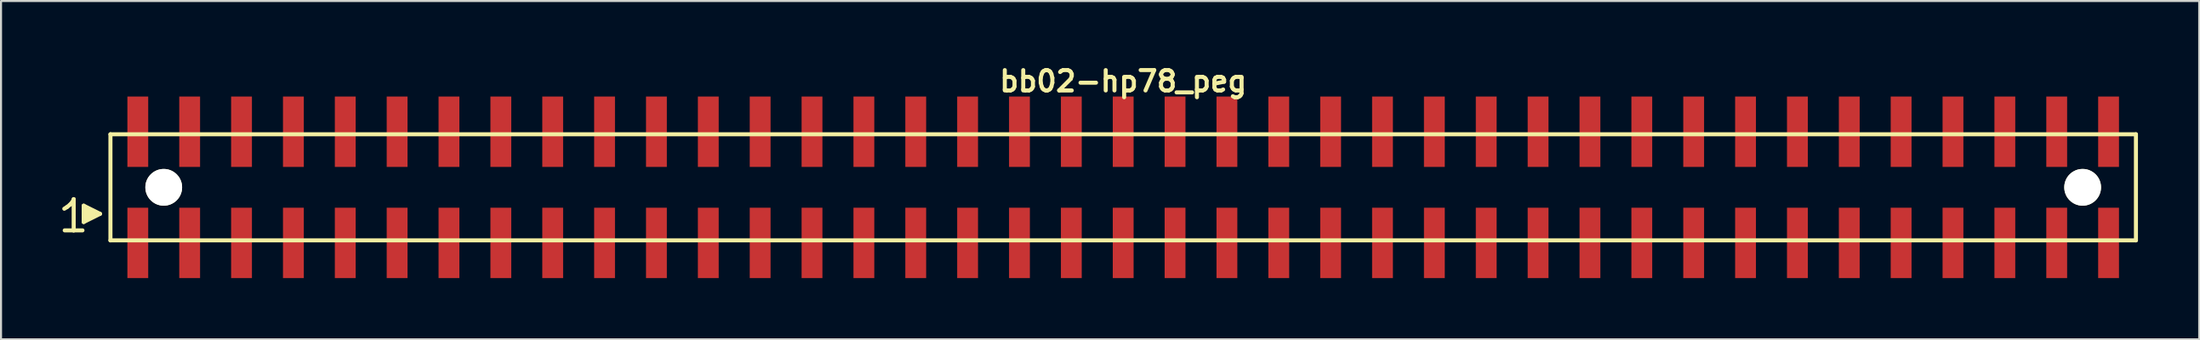
<source format=kicad_pcb>
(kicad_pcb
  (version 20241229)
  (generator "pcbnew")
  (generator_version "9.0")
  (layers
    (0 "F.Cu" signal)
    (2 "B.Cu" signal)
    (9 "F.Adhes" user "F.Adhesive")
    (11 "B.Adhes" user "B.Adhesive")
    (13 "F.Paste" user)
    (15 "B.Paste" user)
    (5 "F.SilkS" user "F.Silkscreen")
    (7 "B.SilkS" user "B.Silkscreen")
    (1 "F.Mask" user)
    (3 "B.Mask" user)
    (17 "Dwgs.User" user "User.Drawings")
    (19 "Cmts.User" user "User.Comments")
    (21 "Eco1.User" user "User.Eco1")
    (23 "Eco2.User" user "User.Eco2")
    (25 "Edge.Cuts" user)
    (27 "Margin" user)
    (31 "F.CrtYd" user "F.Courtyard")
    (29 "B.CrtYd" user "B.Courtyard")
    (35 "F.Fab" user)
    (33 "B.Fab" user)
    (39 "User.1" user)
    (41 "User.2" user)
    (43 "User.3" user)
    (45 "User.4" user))
  (footprint "bb02-hp78_peg"
    (layer "F.Cu")
    (at 51.959 6.132)
    (property "Reference" "bb02-hp78_peg" (at 0 -5.2 0) (layer "F.SilkS") (effects (font (size 0.998 0.998) (thickness 0.198))))
    (attr smd)
    (fp_line (start -51.86 1.05) (end -51.73 0.97) (stroke (width 0.198) (type solid)) (layer "F.SilkS"))
    (fp_line (start -51.73 0.97) (end -51.57 0.84) (stroke (width 0.198) (type solid)) (layer "F.SilkS"))
    (fp_line (start -51.57 0.84) (end -51.43 0.67) (stroke (width 0.198) (type solid)) (layer "F.SilkS"))
    (fp_line (start -51.43 0.67) (end -51.4 0.58) (stroke (width 0.198) (type solid)) (layer "F.SilkS"))
    (fp_line (start -51.4 0.58) (end -51.4 2.11) (stroke (width 0.198) (type solid)) (layer "F.SilkS"))
    (fp_line (start -51.4 2.11) (end -51.84 2.11) (stroke (width 0.198) (type solid)) (layer "F.SilkS"))
    (fp_line (start -50.97 2.11) (end -51.41 2.11) (stroke (width 0.198) (type solid)) (layer "F.SilkS"))
    (fp_line (start -50.91 0.9) (end -50.11 1.3) (stroke (width 0.198) (type solid)) (layer "F.SilkS"))
    (fp_line (start -50.91 1.7) (end -50.91 0.9) (stroke (width 0.198) (type solid)) (layer "F.SilkS"))
    (fp_line (start -50.81 1.6) (end -50.81 1) (stroke (width 0.198) (type solid)) (layer "F.SilkS"))
    (fp_line (start -50.71 1.1) (end -50.71 1.5) (stroke (width 0.198) (type solid)) (layer "F.SilkS"))
    (fp_line (start -50.61 1.5) (end -50.61 1.1) (stroke (width 0.198) (type solid)) (layer "F.SilkS"))
    (fp_line (start -50.51 1.2) (end -50.51 1.4) (stroke (width 0.198) (type solid)) (layer "F.SilkS"))
    (fp_line (start -50.41 1.4) (end -50.41 1.2) (stroke (width 0.198) (type solid)) (layer "F.SilkS"))
    (fp_line (start -50.11 1.3) (end -50.91 1.7) (stroke (width 0.198) (type solid)) (layer "F.SilkS"))
    (fp_line (start -49.6 -2.6) (end -49.6 2.6) (stroke (width 0.198) (type solid)) (layer "F.SilkS"))
    (fp_line (start -49.6 -2.6) (end 49.6 -2.6) (stroke (width 0.198) (type solid)) (layer "F.SilkS"))
    (fp_line (start 49.6 2.6) (end -49.6 2.6) (stroke (width 0.198) (type solid)) (layer "F.SilkS"))
    (fp_line (start 49.6 2.6) (end 49.6 -2.6) (stroke (width 0.198) (type solid)) (layer "F.SilkS"))
    (pad "" np_thru_hole circle (at -46.99 0) (size 1.8 1.8) (drill 1.8) (layers "*.Cu" "*.Mask" "F.SilkS"))
    (pad "" np_thru_hole circle (at 46.99 0) (size 1.8 1.8) (drill 1.8) (layers "*.Cu" "*.Mask" "F.SilkS"))
    (pad "1" smd rect (at -48.26 2.725) (size 1.02 3.45) (layers "F.Cu" "F.Mask" "F.Paste"))
    (pad "2" smd rect (at -48.26 -2.725) (size 1.02 3.45) (layers "F.Cu" "F.Mask" "F.Paste"))
    (pad "3" smd rect (at -45.72 2.725) (size 1.02 3.45) (layers "F.Cu" "F.Mask" "F.Paste"))
    (pad "4" smd rect (at -45.72 -2.725) (size 1.02 3.45) (layers "F.Cu" "F.Mask" "F.Paste"))
    (pad "5" smd rect (at -43.18 2.725) (size 1.02 3.45) (layers "F.Cu" "F.Mask" "F.Paste"))
    (pad "6" smd rect (at -43.18 -2.725) (size 1.02 3.45) (layers "F.Cu" "F.Mask" "F.Paste"))
    (pad "7" smd rect (at -40.64 2.725) (size 1.02 3.45) (layers "F.Cu" "F.Mask" "F.Paste"))
    (pad "8" smd rect (at -40.64 -2.725) (size 1.02 3.45) (layers "F.Cu" "F.Mask" "F.Paste"))
    (pad "9" smd rect (at -38.1 2.725) (size 1.02 3.45) (layers "F.Cu" "F.Mask" "F.Paste"))
    (pad "10" smd rect (at -38.1 -2.725) (size 1.02 3.45) (layers "F.Cu" "F.Mask" "F.Paste"))
    (pad "11" smd rect (at -35.56 2.725) (size 1.02 3.45) (layers "F.Cu" "F.Mask" "F.Paste"))
    (pad "12" smd rect (at -35.56 -2.725) (size 1.02 3.45) (layers "F.Cu" "F.Mask" "F.Paste"))
    (pad "13" smd rect (at -33.02 2.725) (size 1.02 3.45) (layers "F.Cu" "F.Mask" "F.Paste"))
    (pad "14" smd rect (at -33.02 -2.725) (size 1.02 3.45) (layers "F.Cu" "F.Mask" "F.Paste"))
    (pad "15" smd rect (at -30.48 2.725) (size 1.02 3.45) (layers "F.Cu" "F.Mask" "F.Paste"))
    (pad "16" smd rect (at -30.48 -2.725) (size 1.02 3.45) (layers "F.Cu" "F.Mask" "F.Paste"))
    (pad "17" smd rect (at -27.94 2.725) (size 1.02 3.45) (layers "F.Cu" "F.Mask" "F.Paste"))
    (pad "18" smd rect (at -27.94 -2.725) (size 1.02 3.45) (layers "F.Cu" "F.Mask" "F.Paste"))
    (pad "19" smd rect (at -25.4 2.725) (size 1.02 3.45) (layers "F.Cu" "F.Mask" "F.Paste"))
    (pad "20" smd rect (at -25.4 -2.725) (size 1.02 3.45) (layers "F.Cu" "F.Mask" "F.Paste"))
    (pad "21" smd rect (at -22.86 2.725) (size 1.02 3.45) (layers "F.Cu" "F.Mask" "F.Paste"))
    (pad "22" smd rect (at -22.86 -2.725) (size 1.02 3.45) (layers "F.Cu" "F.Mask" "F.Paste"))
    (pad "23" smd rect (at -20.32 2.725) (size 1.02 3.45) (layers "F.Cu" "F.Mask" "F.Paste"))
    (pad "24" smd rect (at -20.32 -2.725) (size 1.02 3.45) (layers "F.Cu" "F.Mask" "F.Paste"))
    (pad "25" smd rect (at -17.78 2.725) (size 1.02 3.45) (layers "F.Cu" "F.Mask" "F.Paste"))
    (pad "26" smd rect (at -17.78 -2.725) (size 1.02 3.45) (layers "F.Cu" "F.Mask" "F.Paste"))
    (pad "27" smd rect (at -15.24 2.725) (size 1.02 3.45) (layers "F.Cu" "F.Mask" "F.Paste"))
    (pad "28" smd rect (at -15.24 -2.725) (size 1.02 3.45) (layers "F.Cu" "F.Mask" "F.Paste"))
    (pad "29" smd rect (at -12.7 2.725) (size 1.02 3.45) (layers "F.Cu" "F.Mask" "F.Paste"))
    (pad "30" smd rect (at -12.7 -2.725) (size 1.02 3.45) (layers "F.Cu" "F.Mask" "F.Paste"))
    (pad "31" smd rect (at -10.16 2.725) (size 1.02 3.45) (layers "F.Cu" "F.Mask" "F.Paste"))
    (pad "32" smd rect (at -10.16 -2.725) (size 1.02 3.45) (layers "F.Cu" "F.Mask" "F.Paste"))
    (pad "33" smd rect (at -7.62 2.725) (size 1.02 3.45) (layers "F.Cu" "F.Mask" "F.Paste"))
    (pad "34" smd rect (at -7.62 -2.725) (size 1.02 3.45) (layers "F.Cu" "F.Mask" "F.Paste"))
    (pad "35" smd rect (at -5.08 2.725) (size 1.02 3.45) (layers "F.Cu" "F.Mask" "F.Paste"))
    (pad "36" smd rect (at -5.08 -2.725) (size 1.02 3.45) (layers "F.Cu" "F.Mask" "F.Paste"))
    (pad "37" smd rect (at -2.54 2.725) (size 1.02 3.45) (layers "F.Cu" "F.Mask" "F.Paste"))
    (pad "38" smd rect (at -2.54 -2.725) (size 1.02 3.45) (layers "F.Cu" "F.Mask" "F.Paste"))
    (pad "39" smd rect (at 0 2.725) (size 1.02 3.45) (layers "F.Cu" "F.Mask" "F.Paste"))
    (pad "40" smd rect (at 0 -2.725) (size 1.02 3.45) (layers "F.Cu" "F.Mask" "F.Paste"))
    (pad "41" smd rect (at 2.54 2.725) (size 1.02 3.45) (layers "F.Cu" "F.Mask" "F.Paste"))
    (pad "42" smd rect (at 2.54 -2.725) (size 1.02 3.45) (layers "F.Cu" "F.Mask" "F.Paste"))
    (pad "43" smd rect (at 5.08 2.725) (size 1.02 3.45) (layers "F.Cu" "F.Mask" "F.Paste"))
    (pad "44" smd rect (at 5.08 -2.725) (size 1.02 3.45) (layers "F.Cu" "F.Mask" "F.Paste"))
    (pad "45" smd rect (at 7.62 2.725) (size 1.02 3.45) (layers "F.Cu" "F.Mask" "F.Paste"))
    (pad "46" smd rect (at 7.62 -2.725) (size 1.02 3.45) (layers "F.Cu" "F.Mask" "F.Paste"))
    (pad "47" smd rect (at 10.16 2.725) (size 1.02 3.45) (layers "F.Cu" "F.Mask" "F.Paste"))
    (pad "48" smd rect (at 10.16 -2.725) (size 1.02 3.45) (layers "F.Cu" "F.Mask" "F.Paste"))
    (pad "49" smd rect (at 12.7 2.725) (size 1.02 3.45) (layers "F.Cu" "F.Mask" "F.Paste"))
    (pad "50" smd rect (at 12.7 -2.725) (size 1.02 3.45) (layers "F.Cu" "F.Mask" "F.Paste"))
    (pad "51" smd rect (at 15.24 2.725) (size 1.02 3.45) (layers "F.Cu" "F.Mask" "F.Paste"))
    (pad "52" smd rect (at 15.24 -2.725) (size 1.02 3.45) (layers "F.Cu" "F.Mask" "F.Paste"))
    (pad "53" smd rect (at 17.78 2.725) (size 1.02 3.45) (layers "F.Cu" "F.Mask" "F.Paste"))
    (pad "54" smd rect (at 17.78 -2.725) (size 1.02 3.45) (layers "F.Cu" "F.Mask" "F.Paste"))
    (pad "55" smd rect (at 20.32 2.725) (size 1.02 3.45) (layers "F.Cu" "F.Mask" "F.Paste"))
    (pad "56" smd rect (at 20.32 -2.725) (size 1.02 3.45) (layers "F.Cu" "F.Mask" "F.Paste"))
    (pad "57" smd rect (at 22.86 2.725) (size 1.02 3.45) (layers "F.Cu" "F.Mask" "F.Paste"))
    (pad "58" smd rect (at 22.86 -2.725) (size 1.02 3.45) (layers "F.Cu" "F.Mask" "F.Paste"))
    (pad "59" smd rect (at 25.4 2.725) (size 1.02 3.45) (layers "F.Cu" "F.Mask" "F.Paste"))
    (pad "60" smd rect (at 25.4 -2.725) (size 1.02 3.45) (layers "F.Cu" "F.Mask" "F.Paste"))
    (pad "61" smd rect (at 27.94 2.725) (size 1.02 3.45) (layers "F.Cu" "F.Mask" "F.Paste"))
    (pad "62" smd rect (at 27.94 -2.725) (size 1.02 3.45) (layers "F.Cu" "F.Mask" "F.Paste"))
    (pad "63" smd rect (at 30.48 2.725) (size 1.02 3.45) (layers "F.Cu" "F.Mask" "F.Paste"))
    (pad "64" smd rect (at 30.48 -2.725) (size 1.02 3.45) (layers "F.Cu" "F.Mask" "F.Paste"))
    (pad "65" smd rect (at 33.02 2.725) (size 1.02 3.45) (layers "F.Cu" "F.Mask" "F.Paste"))
    (pad "66" smd rect (at 33.02 -2.725) (size 1.02 3.45) (layers "F.Cu" "F.Mask" "F.Paste"))
    (pad "67" smd rect (at 35.56 2.725) (size 1.02 3.45) (layers "F.Cu" "F.Mask" "F.Paste"))
    (pad "68" smd rect (at 35.56 -2.725) (size 1.02 3.45) (layers "F.Cu" "F.Mask" "F.Paste"))
    (pad "69" smd rect (at 38.1 2.725) (size 1.02 3.45) (layers "F.Cu" "F.Mask" "F.Paste"))
    (pad "70" smd rect (at 38.1 -2.725) (size 1.02 3.45) (layers "F.Cu" "F.Mask" "F.Paste"))
    (pad "71" smd rect (at 40.64 2.725) (size 1.02 3.45) (layers "F.Cu" "F.Mask" "F.Paste"))
    (pad "72" smd rect (at 40.64 -2.725) (size 1.02 3.45) (layers "F.Cu" "F.Mask" "F.Paste"))
    (pad "73" smd rect (at 43.18 2.725) (size 1.02 3.45) (layers "F.Cu" "F.Mask" "F.Paste"))
    (pad "74" smd rect (at 43.18 -2.725) (size 1.02 3.45) (layers "F.Cu" "F.Mask" "F.Paste"))
    (pad "75" smd rect (at 45.72 2.725) (size 1.02 3.45) (layers "F.Cu" "F.Mask" "F.Paste"))
    (pad "76" smd rect (at 45.72 -2.725) (size 1.02 3.45) (layers "F.Cu" "F.Mask" "F.Paste"))
    (pad "77" smd rect (at 48.26 2.725) (size 1.02 3.45) (layers "F.Cu" "F.Mask" "F.Paste"))
    (pad "78" smd rect (at 48.26 -2.725) (size 1.02 3.45) (layers "F.Cu" "F.Mask" "F.Paste")))
  (gr_rect
    (start -3 -3)
    (end 104.658 13.582)
    (stroke (width 0.1) (type default))
    (fill no)
    (layer "Edge.Cuts")))
</source>
